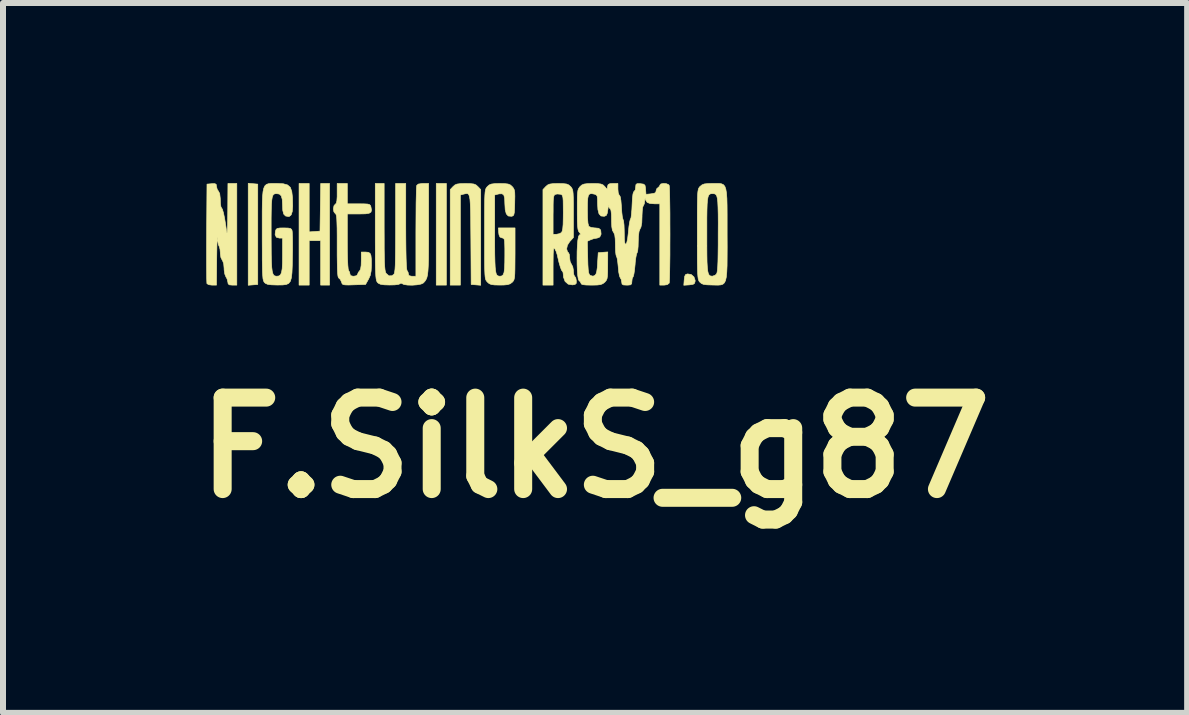
<source format=kicad_pcb>
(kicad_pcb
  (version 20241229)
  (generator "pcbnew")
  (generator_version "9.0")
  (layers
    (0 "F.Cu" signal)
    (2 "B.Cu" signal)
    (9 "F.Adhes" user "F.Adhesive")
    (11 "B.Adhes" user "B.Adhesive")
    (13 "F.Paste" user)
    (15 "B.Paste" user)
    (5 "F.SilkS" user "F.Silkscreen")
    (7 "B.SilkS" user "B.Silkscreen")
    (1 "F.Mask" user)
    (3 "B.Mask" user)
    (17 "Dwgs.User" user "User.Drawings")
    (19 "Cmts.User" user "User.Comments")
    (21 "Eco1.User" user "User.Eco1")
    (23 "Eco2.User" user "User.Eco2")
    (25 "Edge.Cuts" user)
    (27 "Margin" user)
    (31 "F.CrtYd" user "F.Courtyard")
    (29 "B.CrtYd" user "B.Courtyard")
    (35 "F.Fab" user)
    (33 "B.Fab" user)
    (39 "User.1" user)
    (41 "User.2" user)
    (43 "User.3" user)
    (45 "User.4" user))
  (footprint "F.SilkS_g87"
    (layer "F.Cu")
    (at 6.865 4.41)
    (property "Reference" "F.SilkS_g87" (at 0 0 0) (layer "F.SilkS") (effects (font (size 1.524 1.524) (thickness 0.3))))
    (attr through_hole)
    (fp_poly (pts (xy -2.477 -2.709) (xy -2.646 -2.709) (xy -2.646 -4.403) (xy -2.477 -4.403) (xy -2.477 -2.709)) (stroke (width 0.01) (type solid)) (fill yes) (layer "F.SilkS"))
    (fp_poly (pts (xy -5.699 -4.399) (xy -5.62 -4.392) (xy -5.62 -2.72) (xy -5.779 -2.707) (xy -5.779 -4.405) (xy -5.699 -4.399)) (stroke (width 0.01) (type solid)) (fill yes) (layer "F.SilkS"))
    (fp_poly (pts (xy 1.602 -2.886) (xy 1.648 -2.846) (xy 1.668 -2.789) (xy 1.668 -2.774) (xy 1.658 -2.739) (xy 1.633 -2.722) (xy 1.578 -2.714) (xy 1.57 -2.713) (xy 1.479 -2.707) (xy 1.486 -2.798) (xy 1.494 -2.857) (xy 1.51 -2.886) (xy 1.542 -2.896) (xy 1.602 -2.886)) (stroke (width 0.01) (type solid)) (fill yes) (layer "F.SilkS"))
    (fp_poly (pts (xy -4.763 -3.596) (xy -4.673 -3.602) (xy -4.583 -3.609) (xy -4.577 -4.006) (xy -4.571 -4.403) (xy -4.424 -4.403) (xy -4.424 -2.709) (xy -4.572 -2.709) (xy -4.572 -3.45) (xy -4.763 -3.45) (xy -4.763 -2.709) (xy -4.932 -2.709) (xy -4.932 -4.403) (xy -4.763 -4.403) (xy -4.763 -3.596)) (stroke (width 0.01) (type solid)) (fill yes) (layer "F.SilkS"))
    (fp_poly (pts (xy -2.074 -4.4) (xy -2.02 -4.394) (xy -1.984 -4.379) (xy -1.954 -4.353) (xy -1.953 -4.352) (xy -1.905 -4.301) (xy -1.905 -2.707) (xy -2.064 -2.72) (xy -2.069 -3.467) (xy -2.071 -3.67) (xy -2.072 -3.835) (xy -2.075 -3.965) (xy -2.079 -4.064) (xy -2.084 -4.137) (xy -2.093 -4.186) (xy -2.104 -4.217) (xy -2.12 -4.232) (xy -2.14 -4.235) (xy -2.165 -4.231) (xy -2.191 -4.225) (xy -2.244 -4.211) (xy -2.244 -2.709) (xy -2.413 -2.709) (xy -2.413 -4.301) (xy -2.365 -4.352) (xy -2.335 -4.378) (xy -2.3 -4.393) (xy -2.246 -4.4) (xy -2.163 -4.402) (xy -2.159 -4.402) (xy -2.074 -4.4)) (stroke (width 0.01) (type solid)) (fill yes) (layer "F.SilkS"))
    (fp_poly (pts (xy -5.969 -2.709) (xy -6.043 -2.709) (xy -6.094 -2.714) (xy -6.114 -2.732) (xy -6.118 -2.757) (xy -6.131 -2.812) (xy -6.15 -2.846) (xy -6.169 -2.892) (xy -6.18 -2.961) (xy -6.181 -2.99) (xy -6.188 -3.069) (xy -6.208 -3.12) (xy -6.212 -3.125) (xy -6.234 -3.168) (xy -6.244 -3.233) (xy -6.244 -3.246) (xy -6.249 -3.307) (xy -6.26 -3.349) (xy -6.264 -3.356) (xy -6.277 -3.387) (xy -6.287 -3.445) (xy -6.292 -3.493) (xy -6.294 -3.507) (xy -6.297 -3.483) (xy -6.299 -3.425) (xy -6.301 -3.338) (xy -6.303 -3.225) (xy -6.304 -3.159) (xy -6.308 -2.709) (xy -6.382 -2.709) (xy -6.435 -2.716) (xy -6.466 -2.733) (xy -6.467 -2.736) (xy -6.469 -2.762) (xy -6.471 -2.826) (xy -6.472 -2.923) (xy -6.473 -3.048) (xy -6.473 -3.196) (xy -6.473 -3.363) (xy -6.472 -3.543) (xy -6.472 -3.577) (xy -6.466 -4.392) (xy -6.387 -4.399) (xy -6.335 -4.4) (xy -6.313 -4.388) (xy -6.308 -4.355) (xy -6.308 -4.354) (xy -6.295 -4.303) (xy -6.276 -4.276) (xy -6.254 -4.234) (xy -6.245 -4.156) (xy -6.244 -4.127) (xy -6.241 -4.06) (xy -6.233 -4.012) (xy -6.224 -3.997) (xy -6.209 -3.972) (xy -6.191 -3.911) (xy -6.172 -3.819) (xy -6.153 -3.703) (xy -6.14 -3.609) (xy -6.134 -3.579) (xy -6.13 -3.587) (xy -6.126 -3.632) (xy -6.123 -3.717) (xy -6.121 -3.842) (xy -6.12 -3.942) (xy -6.117 -4.403) (xy -5.969 -4.403) (xy -5.969 -2.709)) (stroke (width 0.01) (type solid)) (fill yes) (layer "F.SilkS"))
    (fp_poly (pts (xy -4.128 -4.064) (xy -3.937 -4.064) (xy -3.847 -4.063) (xy -3.79 -4.06) (xy -3.759 -4.052) (xy -3.743 -4.037) (xy -3.734 -4.013) (xy -3.734 -4.011) (xy -3.725 -3.96) (xy -3.733 -3.927) (xy -3.764 -3.907) (xy -3.825 -3.897) (xy -3.92 -3.895) (xy -3.936 -3.895) (xy -4.128 -3.895) (xy -4.128 -3.43) (xy -4.127 -3.271) (xy -4.124 -3.139) (xy -4.119 -3.041) (xy -4.113 -2.977) (xy -4.106 -2.953) (xy -4.089 -2.923) (xy -4.085 -2.899) (xy -4.075 -2.868) (xy -4.036 -2.858) (xy -4.022 -2.857) (xy -3.973 -2.866) (xy -3.958 -2.887) (xy -3.943 -2.924) (xy -3.926 -2.942) (xy -3.907 -2.975) (xy -3.897 -3.039) (xy -3.895 -3.114) (xy -3.895 -3.26) (xy -3.823 -3.26) (xy -3.779 -3.256) (xy -3.75 -3.24) (xy -3.734 -3.203) (xy -3.727 -3.14) (xy -3.726 -3.041) (xy -3.726 -3.041) (xy -3.731 -2.944) (xy -3.745 -2.872) (xy -3.773 -2.81) (xy -3.776 -2.805) (xy -3.824 -2.72) (xy -4.018 -2.714) (xy -4.109 -2.711) (xy -4.166 -2.713) (xy -4.199 -2.719) (xy -4.215 -2.733) (xy -4.223 -2.756) (xy -4.224 -2.76) (xy -4.245 -2.804) (xy -4.267 -2.824) (xy -4.276 -2.834) (xy -4.284 -2.859) (xy -4.289 -2.904) (xy -4.293 -2.974) (xy -4.295 -3.073) (xy -4.297 -3.205) (xy -4.297 -3.363) (xy -4.297 -3.529) (xy -4.298 -3.657) (xy -4.301 -3.752) (xy -4.304 -3.82) (xy -4.309 -3.864) (xy -4.317 -3.889) (xy -4.326 -3.901) (xy -4.329 -3.902) (xy -4.352 -3.932) (xy -4.36 -3.979) (xy -4.35 -4.032) (xy -4.329 -4.056) (xy -4.312 -4.073) (xy -4.302 -4.113) (xy -4.297 -4.183) (xy -4.297 -4.236) (xy -4.297 -4.403) (xy -4.128 -4.403) (xy -4.128 -4.064)) (stroke (width 0.01) (type solid)) (fill yes) (layer "F.SilkS"))
    (fp_poly (pts (xy -3.514 -3.677) (xy -3.513 -3.479) (xy -3.513 -3.318) (xy -3.511 -3.191) (xy -3.509 -3.094) (xy -3.505 -3.022) (xy -3.5 -2.97) (xy -3.494 -2.935) (xy -3.486 -2.913) (xy -3.481 -2.905) (xy -3.435 -2.864) (xy -3.386 -2.865) (xy -3.353 -2.888) (xy -3.345 -2.902) (xy -3.339 -2.93) (xy -3.333 -2.975) (xy -3.329 -3.042) (xy -3.327 -3.134) (xy -3.325 -3.255) (xy -3.324 -3.409) (xy -3.323 -3.601) (xy -3.323 -3.66) (xy -3.323 -4.403) (xy -3.154 -4.403) (xy -3.154 -3.684) (xy -3.153 -3.474) (xy -3.151 -3.297) (xy -3.148 -3.154) (xy -3.144 -3.048) (xy -3.139 -2.98) (xy -3.133 -2.953) (xy -3.133 -2.953) (xy -3.115 -2.923) (xy -3.111 -2.899) (xy -3.101 -2.868) (xy -3.062 -2.858) (xy -3.048 -2.857) (xy -2.985 -2.857) (xy -2.985 -3.597) (xy -2.984 -3.77) (xy -2.983 -3.932) (xy -2.982 -4.075) (xy -2.979 -4.196) (xy -2.977 -4.289) (xy -2.974 -4.348) (xy -2.972 -4.369) (xy -2.945 -4.393) (xy -2.885 -4.402) (xy -2.866 -4.403) (xy -2.773 -4.403) (xy -2.773 -3.643) (xy -2.773 -3.436) (xy -2.774 -3.267) (xy -2.775 -3.132) (xy -2.779 -3.026) (xy -2.784 -2.944) (xy -2.791 -2.883) (xy -2.801 -2.838) (xy -2.815 -2.804) (xy -2.832 -2.777) (xy -2.853 -2.753) (xy -2.862 -2.744) (xy -2.901 -2.726) (xy -2.967 -2.714) (xy -3.046 -2.708) (xy -3.123 -2.71) (xy -3.183 -2.719) (xy -3.211 -2.732) (xy -3.236 -2.744) (xy -3.248 -2.732) (xy -3.276 -2.721) (xy -3.337 -2.713) (xy -3.424 -2.711) (xy -3.425 -2.711) (xy -3.514 -2.714) (xy -3.571 -2.722) (xy -3.607 -2.738) (xy -3.625 -2.753) (xy -3.634 -2.767) (xy -3.642 -2.786) (xy -3.648 -2.816) (xy -3.653 -2.861) (xy -3.656 -2.924) (xy -3.659 -3.01) (xy -3.661 -3.123) (xy -3.661 -3.268) (xy -3.662 -3.447) (xy -3.662 -3.598) (xy -3.662 -4.403) (xy -3.514 -4.403) (xy -3.514 -3.677)) (stroke (width 0.01) (type solid)) (fill yes) (layer "F.SilkS"))
    (fp_poly (pts (xy -0.529 -4.4) (xy -0.475 -4.394) (xy -0.439 -4.379) (xy -0.409 -4.353) (xy -0.407 -4.352) (xy -0.391 -4.332) (xy -0.379 -4.31) (xy -0.37 -4.28) (xy -0.365 -4.233) (xy -0.362 -4.165) (xy -0.36 -4.069) (xy -0.36 -3.938) (xy -0.36 -3.902) (xy -0.36 -3.502) (xy -0.421 -3.435) (xy -0.46 -3.375) (xy -0.473 -3.313) (xy -0.459 -3.264) (xy -0.442 -3.248) (xy -0.429 -3.221) (xy -0.423 -3.17) (xy -0.423 -3.162) (xy -0.415 -3.102) (xy -0.394 -3.058) (xy -0.392 -3.056) (xy -0.371 -3.014) (xy -0.36 -2.954) (xy -0.36 -2.942) (xy -0.355 -2.889) (xy -0.342 -2.856) (xy -0.338 -2.854) (xy -0.321 -2.83) (xy -0.312 -2.783) (xy -0.313 -2.739) (xy -0.334 -2.72) (xy -0.376 -2.713) (xy -0.447 -2.725) (xy -0.499 -2.77) (xy -0.526 -2.843) (xy -0.528 -2.873) (xy -0.533 -2.92) (xy -0.544 -2.942) (xy -0.546 -2.942) (xy -0.56 -2.961) (xy -0.579 -3.013) (xy -0.601 -3.088) (xy -0.622 -3.177) (xy -0.628 -3.207) (xy -0.647 -3.268) (xy -0.67 -3.312) (xy -0.681 -3.323) (xy -0.689 -3.316) (xy -0.694 -3.286) (xy -0.697 -3.228) (xy -0.698 -3.137) (xy -0.699 -3.032) (xy -0.699 -2.709) (xy -0.868 -2.709) (xy -0.868 -3.883) (xy -0.699 -3.883) (xy -0.699 -3.556) (xy -0.644 -3.556) (xy -0.59 -3.567) (xy -0.559 -3.586) (xy -0.547 -3.609) (xy -0.538 -3.652) (xy -0.532 -3.722) (xy -0.53 -3.823) (xy -0.529 -3.913) (xy -0.53 -4.031) (xy -0.531 -4.113) (xy -0.535 -4.166) (xy -0.543 -4.198) (xy -0.554 -4.214) (xy -0.57 -4.222) (xy -0.572 -4.223) (xy -0.628 -4.228) (xy -0.656 -4.223) (xy -0.672 -4.215) (xy -0.684 -4.2) (xy -0.691 -4.171) (xy -0.696 -4.122) (xy -0.698 -4.046) (xy -0.698 -3.937) (xy -0.699 -3.883) (xy -0.868 -3.883) (xy -0.868 -4.301) (xy -0.82 -4.352) (xy -0.79 -4.378) (xy -0.754 -4.393) (xy -0.701 -4.4) (xy -0.617 -4.402) (xy -0.614 -4.402) (xy -0.529 -4.4)) (stroke (width 0.01) (type solid)) (fill yes) (layer "F.SilkS"))
    (fp_poly (pts (xy 2.069 -4.403) (xy 2.108 -4.397) (xy 2.14 -4.382) (xy 2.163 -4.354) (xy 2.179 -4.309) (xy 2.19 -4.244) (xy 2.197 -4.155) (xy 2.2 -4.037) (xy 2.201 -3.888) (xy 2.201 -3.702) (xy 2.201 -3.556) (xy 2.202 -3.344) (xy 2.201 -3.171) (xy 2.2 -3.032) (xy 2.195 -2.924) (xy 2.187 -2.843) (xy 2.174 -2.785) (xy 2.155 -2.747) (xy 2.129 -2.724) (xy 2.095 -2.713) (xy 2.051 -2.709) (xy 1.997 -2.71) (xy 1.953 -2.711) (xy 1.865 -2.714) (xy 1.809 -2.721) (xy 1.773 -2.736) (xy 1.746 -2.759) (xy 1.735 -2.772) (xy 1.726 -2.79) (xy 1.719 -2.815) (xy 1.714 -2.852) (xy 1.71 -2.906) (xy 1.707 -2.982) (xy 1.705 -3.082) (xy 1.704 -3.212) (xy 1.704 -3.377) (xy 1.704 -3.551) (xy 1.863 -3.551) (xy 1.863 -3.362) (xy 1.864 -3.211) (xy 1.866 -3.093) (xy 1.871 -3.005) (xy 1.878 -2.943) (xy 1.888 -2.901) (xy 1.902 -2.876) (xy 1.92 -2.863) (xy 1.943 -2.859) (xy 1.956 -2.858) (xy 2 -2.873) (xy 2.024 -2.895) (xy 2.032 -2.915) (xy 2.039 -2.954) (xy 2.044 -3.016) (xy 2.048 -3.105) (xy 2.05 -3.224) (xy 2.052 -3.378) (xy 2.052 -3.557) (xy 2.053 -3.744) (xy 2.052 -3.893) (xy 2.049 -4.008) (xy 2.045 -4.094) (xy 2.038 -4.154) (xy 2.028 -4.194) (xy 2.014 -4.218) (xy 1.996 -4.229) (xy 1.972 -4.233) (xy 1.958 -4.233) (xy 1.932 -4.232) (xy 1.911 -4.225) (xy 1.895 -4.208) (xy 1.883 -4.178) (xy 1.874 -4.128) (xy 1.868 -4.056) (xy 1.865 -3.958) (xy 1.863 -3.827) (xy 1.863 -3.661) (xy 1.863 -3.551) (xy 1.704 -3.551) (xy 1.704 -3.556) (xy 1.704 -3.754) (xy 1.704 -3.914) (xy 1.705 -4.04) (xy 1.707 -4.138) (xy 1.709 -4.21) (xy 1.713 -4.262) (xy 1.719 -4.297) (xy 1.726 -4.321) (xy 1.736 -4.337) (xy 1.747 -4.351) (xy 1.752 -4.355) (xy 1.783 -4.38) (xy 1.821 -4.395) (xy 1.879 -4.401) (xy 1.958 -4.403) (xy 2.019 -4.403) (xy 2.069 -4.403)) (stroke (width 0.01) (type solid)) (fill yes) (layer "F.SilkS"))
    (fp_poly (pts (xy -5.344 -4.403) (xy -5.302 -4.403) (xy -5.195 -4.398) (xy -5.123 -4.378) (xy -5.077 -4.337) (xy -5.053 -4.269) (xy -5.041 -4.166) (xy -5.041 -4.154) (xy -5.038 -4.026) (xy -5.045 -3.936) (xy -5.063 -3.88) (xy -5.092 -3.855) (xy -5.108 -3.852) (xy -5.157 -3.861) (xy -5.187 -3.892) (xy -5.203 -3.952) (xy -5.207 -4.043) (xy -5.212 -4.137) (xy -5.228 -4.196) (xy -5.259 -4.226) (xy -5.302 -4.233) (xy -5.329 -4.232) (xy -5.35 -4.225) (xy -5.366 -4.208) (xy -5.378 -4.177) (xy -5.386 -4.128) (xy -5.392 -4.055) (xy -5.395 -3.956) (xy -5.397 -3.825) (xy -5.397 -3.658) (xy -5.397 -3.557) (xy -5.396 -3.366) (xy -5.395 -3.214) (xy -5.392 -3.095) (xy -5.387 -3.006) (xy -5.379 -2.942) (xy -5.368 -2.9) (xy -5.354 -2.874) (xy -5.335 -2.862) (xy -5.311 -2.858) (xy -5.304 -2.857) (xy -5.267 -2.862) (xy -5.241 -2.881) (xy -5.224 -2.92) (xy -5.213 -2.983) (xy -5.208 -3.078) (xy -5.207 -3.205) (xy -5.207 -3.493) (xy -5.261 -3.493) (xy -5.311 -3.508) (xy -5.331 -3.552) (xy -5.325 -3.609) (xy -5.314 -3.639) (xy -5.293 -3.654) (xy -5.251 -3.661) (xy -5.186 -3.662) (xy -5.115 -3.66) (xy -5.075 -3.653) (xy -5.055 -3.636) (xy -5.047 -3.613) (xy -5.044 -3.576) (xy -5.041 -3.505) (xy -5.04 -3.407) (xy -5.04 -3.291) (xy -5.042 -3.184) (xy -5.045 -3.031) (xy -5.05 -2.914) (xy -5.06 -2.83) (xy -5.077 -2.773) (xy -5.106 -2.737) (xy -5.147 -2.719) (xy -5.204 -2.712) (xy -5.281 -2.711) (xy -5.302 -2.711) (xy -5.392 -2.714) (xy -5.451 -2.721) (xy -5.488 -2.736) (xy -5.509 -2.753) (xy -5.518 -2.767) (xy -5.526 -2.787) (xy -5.533 -2.818) (xy -5.537 -2.864) (xy -5.541 -2.928) (xy -5.543 -3.017) (xy -5.545 -3.133) (xy -5.545 -3.281) (xy -5.546 -3.466) (xy -5.546 -3.556) (xy -5.546 -3.768) (xy -5.546 -3.941) (xy -5.544 -4.08) (xy -5.54 -4.188) (xy -5.532 -4.269) (xy -5.519 -4.326) (xy -5.5 -4.365) (xy -5.474 -4.388) (xy -5.441 -4.399) (xy -5.398 -4.403) (xy -5.344 -4.403)) (stroke (width 0.01) (type solid)) (fill yes) (layer "F.SilkS"))
    (fp_poly (pts (xy -1.503 -4.4) (xy -1.449 -4.394) (xy -1.412 -4.379) (xy -1.382 -4.353) (xy -1.38 -4.351) (xy -1.359 -4.325) (xy -1.345 -4.295) (xy -1.338 -4.254) (xy -1.336 -4.19) (xy -1.338 -4.094) (xy -1.338 -4.081) (xy -1.341 -3.983) (xy -1.345 -3.92) (xy -1.353 -3.883) (xy -1.365 -3.865) (xy -1.385 -3.857) (xy -1.396 -3.856) (xy -1.446 -3.861) (xy -1.479 -3.897) (xy -1.497 -3.966) (xy -1.503 -4.069) (xy -1.506 -4.157) (xy -1.52 -4.209) (xy -1.548 -4.231) (xy -1.596 -4.23) (xy -1.619 -4.225) (xy -1.672 -4.211) (xy -1.672 -3.565) (xy -1.672 -3.373) (xy -1.671 -3.219) (xy -1.668 -3.1) (xy -1.664 -3.01) (xy -1.657 -2.945) (xy -1.648 -2.902) (xy -1.635 -2.876) (xy -1.617 -2.863) (xy -1.596 -2.858) (xy -1.583 -2.857) (xy -1.552 -2.863) (xy -1.531 -2.882) (xy -1.516 -2.922) (xy -1.508 -2.988) (xy -1.504 -3.085) (xy -1.503 -3.199) (xy -1.503 -3.315) (xy -1.505 -3.395) (xy -1.508 -3.447) (xy -1.515 -3.476) (xy -1.527 -3.49) (xy -1.544 -3.495) (xy -1.55 -3.496) (xy -1.584 -3.51) (xy -1.6 -3.546) (xy -1.605 -3.582) (xy -1.611 -3.662) (xy -1.333 -3.662) (xy -1.333 -3.232) (xy -1.334 -3.086) (xy -1.335 -2.977) (xy -1.337 -2.899) (xy -1.341 -2.844) (xy -1.348 -2.808) (xy -1.357 -2.784) (xy -1.371 -2.766) (xy -1.382 -2.755) (xy -1.415 -2.731) (xy -1.457 -2.717) (xy -1.519 -2.711) (xy -1.589 -2.71) (xy -1.673 -2.712) (xy -1.728 -2.719) (xy -1.764 -2.734) (xy -1.794 -2.76) (xy -1.806 -2.774) (xy -1.817 -2.79) (xy -1.825 -2.812) (xy -1.831 -2.844) (xy -1.835 -2.891) (xy -1.838 -2.957) (xy -1.84 -3.046) (xy -1.841 -3.164) (xy -1.841 -3.314) (xy -1.841 -3.501) (xy -1.841 -3.556) (xy -1.841 -3.753) (xy -1.841 -3.912) (xy -1.84 -4.038) (xy -1.839 -4.135) (xy -1.836 -4.206) (xy -1.832 -4.258) (xy -1.826 -4.293) (xy -1.819 -4.317) (xy -1.809 -4.334) (xy -1.797 -4.348) (xy -1.794 -4.352) (xy -1.764 -4.378) (xy -1.728 -4.393) (xy -1.674 -4.4) (xy -1.591 -4.402) (xy -1.587 -4.402) (xy -1.503 -4.4)) (stroke (width 0.01) (type solid)) (fill yes) (layer "F.SilkS"))
    (fp_poly (pts (xy 1.186 -4.4) (xy 1.225 -4.384) (xy 1.236 -4.369) (xy 1.239 -4.341) (xy 1.242 -4.275) (xy 1.244 -4.177) (xy 1.246 -4.052) (xy 1.248 -3.904) (xy 1.248 -3.738) (xy 1.249 -3.559) (xy 1.249 -3.556) (xy 1.248 -3.377) (xy 1.248 -3.211) (xy 1.246 -3.063) (xy 1.244 -2.937) (xy 1.242 -2.838) (xy 1.239 -2.772) (xy 1.236 -2.743) (xy 1.236 -2.743) (xy 1.204 -2.717) (xy 1.151 -2.709) (xy 1.079 -2.709) (xy 1.079 -4.064) (xy 0.99 -4.064) (xy 0.913 -4.07) (xy 0.869 -4.088) (xy 0.845 -4.124) (xy 0.841 -4.138) (xy 0.833 -4.154) (xy 0.829 -4.129) (xy 0.828 -4.113) (xy 0.82 -4.062) (xy 0.805 -4.033) (xy 0.804 -4.032) (xy 0.794 -4.006) (xy 0.787 -3.949) (xy 0.783 -3.872) (xy 0.783 -3.855) (xy 0.779 -3.746) (xy 0.765 -3.674) (xy 0.752 -3.65) (xy 0.733 -3.602) (xy 0.723 -3.519) (xy 0.72 -3.436) (xy 0.718 -3.354) (xy 0.712 -3.29) (xy 0.704 -3.254) (xy 0.701 -3.25) (xy 0.691 -3.225) (xy 0.68 -3.168) (xy 0.67 -3.09) (xy 0.667 -3.048) (xy 0.658 -2.962) (xy 0.648 -2.894) (xy 0.637 -2.853) (xy 0.633 -2.846) (xy 0.619 -2.818) (xy 0.614 -2.772) (xy 0.61 -2.732) (xy 0.592 -2.714) (xy 0.546 -2.709) (xy 0.529 -2.709) (xy 0.474 -2.712) (xy 0.45 -2.726) (xy 0.445 -2.757) (xy 0.445 -2.758) (xy 0.435 -2.807) (xy 0.42 -2.831) (xy 0.407 -2.863) (xy 0.395 -2.924) (xy 0.387 -3.003) (xy 0.386 -3.016) (xy 0.378 -3.094) (xy 0.369 -3.154) (xy 0.359 -3.186) (xy 0.357 -3.187) (xy 0.349 -3.212) (xy 0.342 -3.269) (xy 0.339 -3.347) (xy 0.339 -3.379) (xy 0.336 -3.48) (xy 0.328 -3.546) (xy 0.312 -3.584) (xy 0.307 -3.591) (xy 0.289 -3.623) (xy 0.279 -3.681) (xy 0.275 -3.773) (xy 0.275 -3.801) (xy 0.273 -3.888) (xy 0.266 -3.95) (xy 0.257 -3.978) (xy 0.254 -3.979) (xy 0.236 -3.997) (xy 0.23 -4.027) (xy 0.226 -4.036) (xy 0.219 -4.008) (xy 0.214 -3.969) (xy 0.203 -3.905) (xy 0.188 -3.871) (xy 0.161 -3.858) (xy 0.149 -3.856) (xy 0.099 -3.861) (xy 0.066 -3.897) (xy 0.048 -3.967) (xy 0.042 -4.068) (xy 0.041 -4.144) (xy 0.036 -4.189) (xy 0.022 -4.211) (xy -0.003 -4.223) (xy -0.011 -4.225) (xy -0.057 -4.234) (xy -0.089 -4.229) (xy -0.11 -4.206) (xy -0.121 -4.157) (xy -0.126 -4.078) (xy -0.127 -3.963) (xy -0.125 -3.831) (xy -0.118 -3.741) (xy -0.106 -3.693) (xy -0.102 -3.687) (xy -0.065 -3.67) (xy -0.007 -3.662) (xy 0.003 -3.662) (xy 0.061 -3.656) (xy 0.089 -3.633) (xy 0.095 -3.619) (xy 0.101 -3.558) (xy 0.079 -3.511) (xy 0.036 -3.493) (xy 0.035 -3.493) (xy -0.02 -3.484) (xy -0.07 -3.466) (xy -0.128 -3.44) (xy -0.122 -3.167) (xy -0.119 -3.052) (xy -0.114 -2.972) (xy -0.108 -2.921) (xy -0.097 -2.89) (xy -0.083 -2.873) (xy -0.079 -2.87) (xy -0.034 -2.858) (xy -0.005 -2.87) (xy 0.015 -2.893) (xy 0.028 -2.935) (xy 0.038 -3.005) (xy 0.042 -3.071) (xy 0.053 -3.249) (xy 0.132 -3.256) (xy 0.212 -3.262) (xy 0.211 -3.033) (xy 0.21 -2.931) (xy 0.207 -2.862) (xy 0.2 -2.817) (xy 0.187 -2.787) (xy 0.167 -2.763) (xy 0.161 -2.757) (xy 0.13 -2.733) (xy 0.092 -2.718) (xy 0.037 -2.711) (xy -0.048 -2.709) (xy -0.061 -2.709) (xy -0.15 -2.711) (xy -0.204 -2.717) (xy -0.229 -2.728) (xy -0.233 -2.739) (xy -0.25 -2.771) (xy -0.265 -2.78) (xy -0.278 -2.806) (xy -0.288 -2.865) (xy -0.295 -2.949) (xy -0.299 -3.051) (xy -0.3 -3.161) (xy -0.299 -3.271) (xy -0.294 -3.372) (xy -0.287 -3.457) (xy -0.276 -3.517) (xy -0.263 -3.543) (xy -0.263 -3.543) (xy -0.241 -3.556) (xy -0.251 -3.576) (xy -0.263 -3.589) (xy -0.276 -3.609) (xy -0.285 -3.642) (xy -0.291 -3.695) (xy -0.295 -3.775) (xy -0.296 -3.887) (xy -0.296 -3.962) (xy -0.296 -4.09) (xy -0.295 -4.182) (xy -0.291 -4.246) (xy -0.285 -4.289) (xy -0.274 -4.318) (xy -0.259 -4.34) (xy -0.249 -4.352) (xy -0.219 -4.378) (xy -0.183 -4.393) (xy -0.129 -4.4) (xy -0.045 -4.402) (xy -0.042 -4.402) (xy 0.043 -4.401) (xy 0.097 -4.394) (xy 0.132 -4.38) (xy 0.159 -4.355) (xy 0.159 -4.355) (xy 0.201 -4.307) (xy 0.208 -4.355) (xy 0.219 -4.386) (xy 0.249 -4.4) (xy 0.298 -4.403) (xy 0.381 -4.403) (xy 0.381 -4.309) (xy 0.386 -4.25) (xy 0.399 -4.213) (xy 0.406 -4.207) (xy 0.42 -4.182) (xy 0.431 -4.12) (xy 0.439 -4.025) (xy 0.44 -4.01) (xy 0.446 -3.923) (xy 0.454 -3.853) (xy 0.464 -3.809) (xy 0.468 -3.8) (xy 0.476 -3.772) (xy 0.483 -3.711) (xy 0.486 -3.629) (xy 0.487 -3.582) (xy 0.488 -3.484) (xy 0.493 -3.424) (xy 0.502 -3.395) (xy 0.513 -3.392) (xy 0.529 -3.418) (xy 0.543 -3.483) (xy 0.555 -3.585) (xy 0.556 -3.599) (xy 0.565 -3.687) (xy 0.576 -3.757) (xy 0.586 -3.8) (xy 0.591 -3.809) (xy 0.6 -3.834) (xy 0.607 -3.891) (xy 0.614 -3.973) (xy 0.617 -4.041) (xy 0.623 -4.155) (xy 0.632 -4.229) (xy 0.645 -4.266) (xy 0.651 -4.27) (xy 0.67 -4.296) (xy 0.677 -4.342) (xy 0.681 -4.383) (xy 0.699 -4.399) (xy 0.744 -4.4) (xy 0.757 -4.399) (xy 0.808 -4.392) (xy 0.832 -4.373) (xy 0.841 -4.329) (xy 0.842 -4.307) (xy 0.849 -4.222) (xy 0.932 -4.23) (xy 0.989 -4.24) (xy 1.013 -4.259) (xy 1.016 -4.279) (xy 1.03 -4.318) (xy 1.048 -4.332) (xy 1.076 -4.358) (xy 1.079 -4.373) (xy 1.097 -4.395) (xy 1.138 -4.403) (xy 1.186 -4.4)) (stroke (width 0.01) (type solid)) (fill yes) (layer "F.SilkS")))
  (gr_rect
    (start -3 -3)
    (end 16.731 8.828)
    (stroke (width 0.1) (type default))
    (fill no)
    (layer "Edge.Cuts")))
</source>
